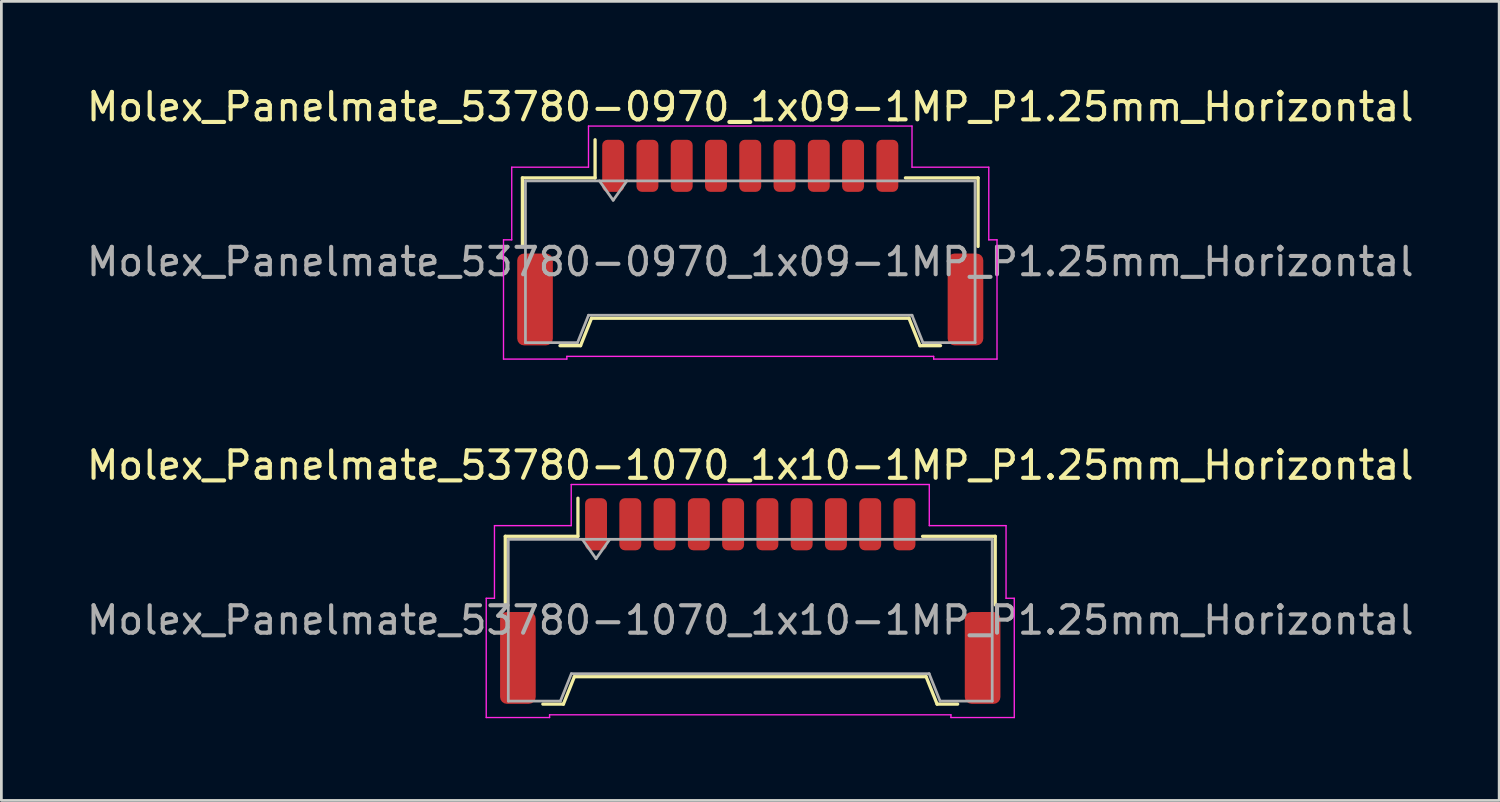
<source format=kicad_pcb>
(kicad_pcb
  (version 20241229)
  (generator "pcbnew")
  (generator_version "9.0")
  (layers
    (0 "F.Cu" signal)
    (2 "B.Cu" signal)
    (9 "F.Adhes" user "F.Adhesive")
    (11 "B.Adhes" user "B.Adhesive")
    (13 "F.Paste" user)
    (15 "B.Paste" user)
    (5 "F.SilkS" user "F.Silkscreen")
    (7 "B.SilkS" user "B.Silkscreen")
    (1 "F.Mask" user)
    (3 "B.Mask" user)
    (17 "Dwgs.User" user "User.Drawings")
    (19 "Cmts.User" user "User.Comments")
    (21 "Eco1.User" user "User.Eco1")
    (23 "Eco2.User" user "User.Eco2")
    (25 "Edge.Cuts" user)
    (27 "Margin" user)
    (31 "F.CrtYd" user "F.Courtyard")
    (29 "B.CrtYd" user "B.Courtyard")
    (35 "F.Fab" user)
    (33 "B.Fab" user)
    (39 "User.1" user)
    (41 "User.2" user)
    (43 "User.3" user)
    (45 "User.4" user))
  (footprint "Molex_Panelmate_53780-0970_1x09-1MP_P1.25mm_Horizontal"
    (layer "F.Cu")
    (at 24.315 5.798)
    (property "Reference" "Molex_Panelmate_53780-0970_1x09-1MP_P1.25mm_Horizontal" (at 0 -4.95 0) (layer "F.SilkS") (effects (font (size 1 1) (thickness 0.15))))
    (attr smd)
    (fp_line (start -8.31 -2.36) (end -5.66 -2.36) (stroke (width 0.12) (type solid)) (layer "F.SilkS"))
    (fp_line (start -8.31 0.14) (end -8.31 -2.36) (stroke (width 0.12) (type solid)) (layer "F.SilkS"))
    (fp_line (start -6.94 3.76) (end -6.19 3.76) (stroke (width 0.12) (type solid)) (layer "F.SilkS"))
    (fp_line (start -6.19 3.76) (end -5.79 2.76) (stroke (width 0.12) (type solid)) (layer "F.SilkS"))
    (fp_line (start -5.79 2.76) (end 5.79 2.76) (stroke (width 0.12) (type solid)) (layer "F.SilkS"))
    (fp_line (start -5.66 -2.36) (end -5.66 -3.75) (stroke (width 0.12) (type solid)) (layer "F.SilkS"))
    (fp_line (start 5.79 2.76) (end 6.19 3.76) (stroke (width 0.12) (type solid)) (layer "F.SilkS"))
    (fp_line (start 6.19 3.76) (end 6.94 3.76) (stroke (width 0.12) (type solid)) (layer "F.SilkS"))
    (fp_line (start 8.31 -2.36) (end 5.66 -2.36) (stroke (width 0.12) (type solid)) (layer "F.SilkS"))
    (fp_line (start 8.31 0.14) (end 8.31 -2.36) (stroke (width 0.12) (type solid)) (layer "F.SilkS"))
    (fp_line (start -9 -0.1) (end -8.7 -0.1) (stroke (width 0.05) (type solid)) (layer "F.CrtYd"))
    (fp_line (start -9 4.25) (end -9 -0.1) (stroke (width 0.05) (type solid)) (layer "F.CrtYd"))
    (fp_line (start -8.7 -2.75) (end -5.9 -2.75) (stroke (width 0.05) (type solid)) (layer "F.CrtYd"))
    (fp_line (start -8.7 -0.1) (end -8.7 -2.75) (stroke (width 0.05) (type solid)) (layer "F.CrtYd"))
    (fp_line (start -6.69 4.15) (end -6.69 4.25) (stroke (width 0.05) (type solid)) (layer "F.CrtYd"))
    (fp_line (start -6.69 4.25) (end -9 4.25) (stroke (width 0.05) (type solid)) (layer "F.CrtYd"))
    (fp_line (start -5.9 -4.25) (end 5.9 -4.25) (stroke (width 0.05) (type solid)) (layer "F.CrtYd"))
    (fp_line (start -5.9 -2.75) (end -5.9 -4.25) (stroke (width 0.05) (type solid)) (layer "F.CrtYd"))
    (fp_line (start 5.9 -4.25) (end 5.9 -2.75) (stroke (width 0.05) (type solid)) (layer "F.CrtYd"))
    (fp_line (start 5.9 -2.75) (end 8.7 -2.75) (stroke (width 0.05) (type solid)) (layer "F.CrtYd"))
    (fp_line (start 6.69 4.15) (end -6.69 4.15) (stroke (width 0.05) (type solid)) (layer "F.CrtYd"))
    (fp_line (start 6.69 4.25) (end 6.69 4.15) (stroke (width 0.05) (type solid)) (layer "F.CrtYd"))
    (fp_line (start 8.7 -2.75) (end 8.7 -0.1) (stroke (width 0.05) (type solid)) (layer "F.CrtYd"))
    (fp_line (start 8.7 -0.1) (end 9 -0.1) (stroke (width 0.05) (type solid)) (layer "F.CrtYd"))
    (fp_line (start 9 -0.1) (end 9 4.25) (stroke (width 0.05) (type solid)) (layer "F.CrtYd"))
    (fp_line (start 9 4.25) (end 6.69 4.25) (stroke (width 0.05) (type solid)) (layer "F.CrtYd"))
    (fp_line (start -8.2 -2.25) (end -8.2 3.65) (stroke (width 0.1) (type solid)) (layer "F.Fab"))
    (fp_line (start -8.2 -2.25) (end 8.2 -2.25) (stroke (width 0.1) (type solid)) (layer "F.Fab"))
    (fp_line (start -8.2 3.65) (end -6.3 3.65) (stroke (width 0.1) (type solid)) (layer "F.Fab"))
    (fp_line (start -6.3 3.65) (end -5.9 2.65) (stroke (width 0.1) (type solid)) (layer "F.Fab"))
    (fp_line (start -5.9 2.65) (end 5.9 2.65) (stroke (width 0.1) (type solid)) (layer "F.Fab"))
    (fp_line (start -5.5 -2.25) (end -5 -1.543) (stroke (width 0.1) (type solid)) (layer "F.Fab"))
    (fp_line (start -5 -1.543) (end -4.5 -2.25) (stroke (width 0.1) (type solid)) (layer "F.Fab"))
    (fp_line (start 5.9 2.65) (end 6.3 3.65) (stroke (width 0.1) (type solid)) (layer "F.Fab"))
    (fp_line (start 6.3 3.65) (end 8.2 3.65) (stroke (width 0.1) (type solid)) (layer "F.Fab"))
    (fp_line (start 8.2 -2.25) (end 8.2 3.65) (stroke (width 0.1) (type solid)) (layer "F.Fab"))
    (fp_text user "${REFERENCE}" (at 0 0.7 0) (layer "F.Fab") (effects (font (size 1 1) (thickness 0.15))))
    (pad "1" smd roundrect (at -5 -2.8) (size 0.8 1.9) (layers "F.Cu" "F.Mask" "F.Paste") (roundrect_rratio 0.25))
    (pad "2" smd roundrect (at -3.75 -2.8) (size 0.8 1.9) (layers "F.Cu" "F.Mask" "F.Paste") (roundrect_rratio 0.25))
    (pad "3" smd roundrect (at -2.5 -2.8) (size 0.8 1.9) (layers "F.Cu" "F.Mask" "F.Paste") (roundrect_rratio 0.25))
    (pad "4" smd roundrect (at -1.25 -2.8) (size 0.8 1.9) (layers "F.Cu" "F.Mask" "F.Paste") (roundrect_rratio 0.25))
    (pad "5" smd roundrect (at 0 -2.8) (size 0.8 1.9) (layers "F.Cu" "F.Mask" "F.Paste") (roundrect_rratio 0.25))
    (pad "6" smd roundrect (at 1.25 -2.8) (size 0.8 1.9) (layers "F.Cu" "F.Mask" "F.Paste") (roundrect_rratio 0.25))
    (pad "7" smd roundrect (at 2.5 -2.8) (size 0.8 1.9) (layers "F.Cu" "F.Mask" "F.Paste") (roundrect_rratio 0.25))
    (pad "8" smd roundrect (at 3.75 -2.8) (size 0.8 1.9) (layers "F.Cu" "F.Mask" "F.Paste") (roundrect_rratio 0.25))
    (pad "9" smd roundrect (at 5 -2.8) (size 0.8 1.9) (layers "F.Cu" "F.Mask" "F.Paste") (roundrect_rratio 0.25))
    (pad "MP" smd roundrect (at -7.85 2.075) (size 1.3 3.35) (layers "F.Cu" "F.Mask" "F.Paste") (roundrect_rratio 0.192))
    (pad "MP" smd roundrect (at 7.85 2.075) (size 1.3 3.35) (layers "F.Cu" "F.Mask" "F.Paste") (roundrect_rratio 0.192)))
  (footprint "Molex_Panelmate_53780-1070_1x10-1MP_P1.25mm_Horizontal"
    (layer "F.Cu")
    (at 24.315 18.872)
    (property "Reference" "Molex_Panelmate_53780-1070_1x10-1MP_P1.25mm_Horizontal" (at 0 -4.95 0) (layer "F.SilkS") (effects (font (size 1 1) (thickness 0.15))))
    (attr smd)
    (fp_line (start -8.935 -2.36) (end -6.285 -2.36) (stroke (width 0.12) (type solid)) (layer "F.SilkS"))
    (fp_line (start -8.935 0.14) (end -8.935 -2.36) (stroke (width 0.12) (type solid)) (layer "F.SilkS"))
    (fp_line (start -7.565 3.76) (end -6.815 3.76) (stroke (width 0.12) (type solid)) (layer "F.SilkS"))
    (fp_line (start -6.815 3.76) (end -6.415 2.76) (stroke (width 0.12) (type solid)) (layer "F.SilkS"))
    (fp_line (start -6.415 2.76) (end 6.415 2.76) (stroke (width 0.12) (type solid)) (layer "F.SilkS"))
    (fp_line (start -6.285 -2.36) (end -6.285 -3.75) (stroke (width 0.12) (type solid)) (layer "F.SilkS"))
    (fp_line (start 6.415 2.76) (end 6.815 3.76) (stroke (width 0.12) (type solid)) (layer "F.SilkS"))
    (fp_line (start 6.815 3.76) (end 7.565 3.76) (stroke (width 0.12) (type solid)) (layer "F.SilkS"))
    (fp_line (start 8.935 -2.36) (end 6.285 -2.36) (stroke (width 0.12) (type solid)) (layer "F.SilkS"))
    (fp_line (start 8.935 0.14) (end 8.935 -2.36) (stroke (width 0.12) (type solid)) (layer "F.SilkS"))
    (fp_line (start -9.63 -0.1) (end -9.33 -0.1) (stroke (width 0.05) (type solid)) (layer "F.CrtYd"))
    (fp_line (start -9.63 4.25) (end -9.63 -0.1) (stroke (width 0.05) (type solid)) (layer "F.CrtYd"))
    (fp_line (start -9.33 -2.75) (end -6.53 -2.75) (stroke (width 0.05) (type solid)) (layer "F.CrtYd"))
    (fp_line (start -9.33 -0.1) (end -9.33 -2.75) (stroke (width 0.05) (type solid)) (layer "F.CrtYd"))
    (fp_line (start -7.32 4.15) (end -7.32 4.25) (stroke (width 0.05) (type solid)) (layer "F.CrtYd"))
    (fp_line (start -7.32 4.25) (end -9.63 4.25) (stroke (width 0.05) (type solid)) (layer "F.CrtYd"))
    (fp_line (start -6.53 -4.25) (end 6.53 -4.25) (stroke (width 0.05) (type solid)) (layer "F.CrtYd"))
    (fp_line (start -6.53 -2.75) (end -6.53 -4.25) (stroke (width 0.05) (type solid)) (layer "F.CrtYd"))
    (fp_line (start 6.53 -4.25) (end 6.53 -2.75) (stroke (width 0.05) (type solid)) (layer "F.CrtYd"))
    (fp_line (start 6.53 -2.75) (end 9.33 -2.75) (stroke (width 0.05) (type solid)) (layer "F.CrtYd"))
    (fp_line (start 7.32 4.15) (end -7.32 4.15) (stroke (width 0.05) (type solid)) (layer "F.CrtYd"))
    (fp_line (start 7.32 4.25) (end 7.32 4.15) (stroke (width 0.05) (type solid)) (layer "F.CrtYd"))
    (fp_line (start 9.33 -2.75) (end 9.33 -0.1) (stroke (width 0.05) (type solid)) (layer "F.CrtYd"))
    (fp_line (start 9.33 -0.1) (end 9.63 -0.1) (stroke (width 0.05) (type solid)) (layer "F.CrtYd"))
    (fp_line (start 9.63 -0.1) (end 9.63 4.25) (stroke (width 0.05) (type solid)) (layer "F.CrtYd"))
    (fp_line (start 9.63 4.25) (end 7.32 4.25) (stroke (width 0.05) (type solid)) (layer "F.CrtYd"))
    (fp_line (start -8.825 -2.25) (end -8.825 3.65) (stroke (width 0.1) (type solid)) (layer "F.Fab"))
    (fp_line (start -8.825 -2.25) (end 8.825 -2.25) (stroke (width 0.1) (type solid)) (layer "F.Fab"))
    (fp_line (start -8.825 3.65) (end -6.925 3.65) (stroke (width 0.1) (type solid)) (layer "F.Fab"))
    (fp_line (start -6.925 3.65) (end -6.525 2.65) (stroke (width 0.1) (type solid)) (layer "F.Fab"))
    (fp_line (start -6.525 2.65) (end 6.525 2.65) (stroke (width 0.1) (type solid)) (layer "F.Fab"))
    (fp_line (start -6.125 -2.25) (end -5.625 -1.543) (stroke (width 0.1) (type solid)) (layer "F.Fab"))
    (fp_line (start -5.625 -1.543) (end -5.125 -2.25) (stroke (width 0.1) (type solid)) (layer "F.Fab"))
    (fp_line (start 6.525 2.65) (end 6.925 3.65) (stroke (width 0.1) (type solid)) (layer "F.Fab"))
    (fp_line (start 6.925 3.65) (end 8.825 3.65) (stroke (width 0.1) (type solid)) (layer "F.Fab"))
    (fp_line (start 8.825 -2.25) (end 8.825 3.65) (stroke (width 0.1) (type solid)) (layer "F.Fab"))
    (fp_text user "${REFERENCE}" (at 0 0.7 0) (layer "F.Fab") (effects (font (size 1 1) (thickness 0.15))))
    (pad "1" smd roundrect (at -5.625 -2.8) (size 0.8 1.9) (layers "F.Cu" "F.Mask" "F.Paste") (roundrect_rratio 0.25))
    (pad "2" smd roundrect (at -4.375 -2.8) (size 0.8 1.9) (layers "F.Cu" "F.Mask" "F.Paste") (roundrect_rratio 0.25))
    (pad "3" smd roundrect (at -3.125 -2.8) (size 0.8 1.9) (layers "F.Cu" "F.Mask" "F.Paste") (roundrect_rratio 0.25))
    (pad "4" smd roundrect (at -1.875 -2.8) (size 0.8 1.9) (layers "F.Cu" "F.Mask" "F.Paste") (roundrect_rratio 0.25))
    (pad "5" smd roundrect (at -0.625 -2.8) (size 0.8 1.9) (layers "F.Cu" "F.Mask" "F.Paste") (roundrect_rratio 0.25))
    (pad "6" smd roundrect (at 0.625 -2.8) (size 0.8 1.9) (layers "F.Cu" "F.Mask" "F.Paste") (roundrect_rratio 0.25))
    (pad "7" smd roundrect (at 1.875 -2.8) (size 0.8 1.9) (layers "F.Cu" "F.Mask" "F.Paste") (roundrect_rratio 0.25))
    (pad "8" smd roundrect (at 3.125 -2.8) (size 0.8 1.9) (layers "F.Cu" "F.Mask" "F.Paste") (roundrect_rratio 0.25))
    (pad "9" smd roundrect (at 4.375 -2.8) (size 0.8 1.9) (layers "F.Cu" "F.Mask" "F.Paste") (roundrect_rratio 0.25))
    (pad "10" smd roundrect (at 5.625 -2.8) (size 0.8 1.9) (layers "F.Cu" "F.Mask" "F.Paste") (roundrect_rratio 0.25))
    (pad "MP" smd roundrect (at -8.475 2.075) (size 1.3 3.35) (layers "F.Cu" "F.Mask" "F.Paste") (roundrect_rratio 0.192))
    (pad "MP" smd roundrect (at 8.475 2.075) (size 1.3 3.35) (layers "F.Cu" "F.Mask" "F.Paste") (roundrect_rratio 0.192)))
  (gr_rect
    (start -3 -3)
    (end 51.631 26.146)
    (stroke (width 0.1) (type default))
    (fill no)
    (layer "Edge.Cuts")))
</source>
